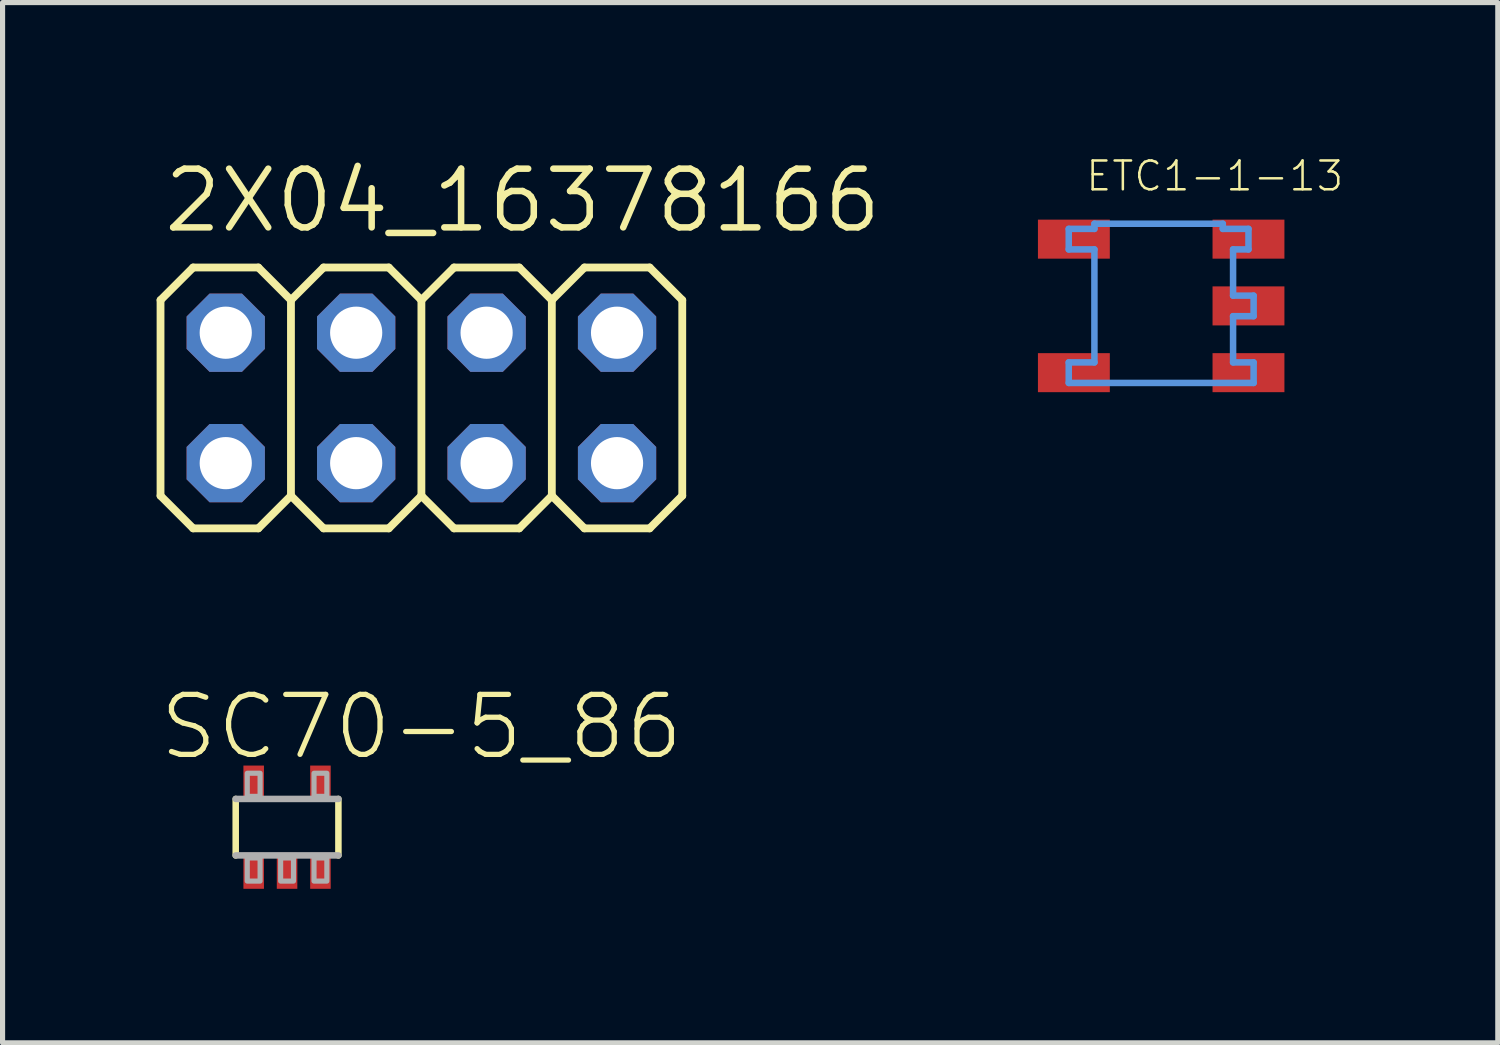
<source format=kicad_pcb>
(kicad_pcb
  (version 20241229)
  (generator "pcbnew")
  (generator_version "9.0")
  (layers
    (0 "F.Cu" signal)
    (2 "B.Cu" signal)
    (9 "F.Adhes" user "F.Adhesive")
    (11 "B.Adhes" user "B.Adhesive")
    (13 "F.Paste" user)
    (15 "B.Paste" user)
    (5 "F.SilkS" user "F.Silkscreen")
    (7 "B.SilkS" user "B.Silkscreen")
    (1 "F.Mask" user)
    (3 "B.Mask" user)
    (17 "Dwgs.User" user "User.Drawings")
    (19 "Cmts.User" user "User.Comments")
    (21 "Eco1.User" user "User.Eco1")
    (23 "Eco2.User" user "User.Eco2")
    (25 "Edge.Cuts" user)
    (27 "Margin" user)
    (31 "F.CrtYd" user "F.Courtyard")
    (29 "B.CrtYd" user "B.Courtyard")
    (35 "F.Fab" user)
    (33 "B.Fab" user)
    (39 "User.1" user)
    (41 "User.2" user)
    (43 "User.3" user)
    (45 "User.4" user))
  (footprint "2X04_16378166"
    (layer "F.Cu")
    (at 5.156 4.699)
    (property "Reference" "2X04_16378166" (at -5.08 -3.175 0) (unlocked yes) (layer "F.SilkS") (effects (font (size 1.143 1.143) (thickness 0.127)) (justify left bottom)))
    (fp_line (start -5.08 -1.905) (end -4.445 -2.54) (stroke (width 0.152) (type solid)) (layer "F.SilkS"))
    (fp_line (start -5.08 1.905) (end -5.08 -1.905) (stroke (width 0.152) (type solid)) (layer "F.SilkS"))
    (fp_line (start -5.08 1.905) (end -4.445 2.54) (stroke (width 0.152) (type solid)) (layer "F.SilkS"))
    (fp_line (start -4.445 -2.54) (end -3.175 -2.54) (stroke (width 0.152) (type solid)) (layer "F.SilkS"))
    (fp_line (start -4.445 2.54) (end -3.175 2.54) (stroke (width 0.152) (type solid)) (layer "F.SilkS"))
    (fp_line (start -3.175 -2.54) (end -2.54 -1.905) (stroke (width 0.152) (type solid)) (layer "F.SilkS"))
    (fp_line (start -3.175 2.54) (end -2.54 1.905) (stroke (width 0.152) (type solid)) (layer "F.SilkS"))
    (fp_line (start -2.54 -1.905) (end -2.54 1.905) (stroke (width 0.152) (type solid)) (layer "F.SilkS"))
    (fp_line (start -2.54 -1.905) (end -1.905 -2.54) (stroke (width 0.152) (type solid)) (layer "F.SilkS"))
    (fp_line (start -2.54 1.905) (end -1.905 2.54) (stroke (width 0.152) (type solid)) (layer "F.SilkS"))
    (fp_line (start -1.905 -2.54) (end -0.635 -2.54) (stroke (width 0.152) (type solid)) (layer "F.SilkS"))
    (fp_line (start -1.905 2.54) (end -0.635 2.54) (stroke (width 0.152) (type solid)) (layer "F.SilkS"))
    (fp_line (start -0.635 -2.54) (end 0 -1.905) (stroke (width 0.152) (type solid)) (layer "F.SilkS"))
    (fp_line (start -0.635 2.54) (end 0 1.905) (stroke (width 0.152) (type solid)) (layer "F.SilkS"))
    (fp_line (start 0 -1.905) (end 0 1.905) (stroke (width 0.152) (type solid)) (layer "F.SilkS"))
    (fp_line (start 0 -1.905) (end 0.635 -2.54) (stroke (width 0.152) (type solid)) (layer "F.SilkS"))
    (fp_line (start 0 1.905) (end 0.635 2.54) (stroke (width 0.152) (type solid)) (layer "F.SilkS"))
    (fp_line (start 0.635 -2.54) (end 1.905 -2.54) (stroke (width 0.152) (type solid)) (layer "F.SilkS"))
    (fp_line (start 0.635 2.54) (end 1.905 2.54) (stroke (width 0.152) (type solid)) (layer "F.SilkS"))
    (fp_line (start 1.905 -2.54) (end 2.54 -1.905) (stroke (width 0.152) (type solid)) (layer "F.SilkS"))
    (fp_line (start 1.905 2.54) (end 2.54 1.905) (stroke (width 0.152) (type solid)) (layer "F.SilkS"))
    (fp_line (start 2.54 -1.905) (end 2.54 1.905) (stroke (width 0.152) (type solid)) (layer "F.SilkS"))
    (fp_line (start 2.54 -1.905) (end 3.175 -2.54) (stroke (width 0.152) (type solid)) (layer "F.SilkS"))
    (fp_line (start 2.54 1.905) (end 3.175 2.54) (stroke (width 0.152) (type solid)) (layer "F.SilkS"))
    (fp_line (start 3.175 -2.54) (end 4.445 -2.54) (stroke (width 0.152) (type solid)) (layer "F.SilkS"))
    (fp_line (start 3.175 2.54) (end 4.445 2.54) (stroke (width 0.152) (type solid)) (layer "F.SilkS"))
    (fp_line (start 4.445 -2.54) (end 5.08 -1.905) (stroke (width 0.152) (type solid)) (layer "F.SilkS"))
    (fp_line (start 4.445 2.54) (end 5.08 1.905) (stroke (width 0.152) (type solid)) (layer "F.SilkS"))
    (fp_line (start 5.08 -1.905) (end 5.08 1.905) (stroke (width 0.152) (type solid)) (layer "F.SilkS"))
    (fp_poly (pts (xy -4.064 -1.016) (xy -3.556 -1.016) (xy -3.556 -1.524) (xy -4.064 -1.524)) (stroke (width 0.1) (type default)) (fill no) (layer "F.Fab"))
    (fp_poly (pts (xy -4.064 1.524) (xy -3.556 1.524) (xy -3.556 1.016) (xy -4.064 1.016)) (stroke (width 0.1) (type default)) (fill no) (layer "F.Fab"))
    (fp_poly (pts (xy -1.524 -1.016) (xy -1.016 -1.016) (xy -1.016 -1.524) (xy -1.524 -1.524)) (stroke (width 0.1) (type default)) (fill no) (layer "F.Fab"))
    (fp_poly (pts (xy -1.524 1.524) (xy -1.016 1.524) (xy -1.016 1.016) (xy -1.524 1.016)) (stroke (width 0.1) (type default)) (fill no) (layer "F.Fab"))
    (fp_poly (pts (xy 1.016 -1.016) (xy 1.524 -1.016) (xy 1.524 -1.524) (xy 1.016 -1.524)) (stroke (width 0.1) (type default)) (fill no) (layer "F.Fab"))
    (fp_poly (pts (xy 1.016 1.524) (xy 1.524 1.524) (xy 1.524 1.016) (xy 1.016 1.016)) (stroke (width 0.1) (type default)) (fill no) (layer "F.Fab"))
    (fp_poly (pts (xy 3.556 -1.016) (xy 4.064 -1.016) (xy 4.064 -1.524) (xy 3.556 -1.524)) (stroke (width 0.1) (type default)) (fill no) (layer "F.Fab"))
    (fp_poly (pts (xy 3.556 1.524) (xy 4.064 1.524) (xy 4.064 1.016) (xy 3.556 1.016)) (stroke (width 0.1) (type default)) (fill no) (layer "F.Fab"))
    (pad "1" thru_hole roundrect (at -3.81 1.27) (size 1.524 1.524) (drill 1.016) (layers "*.Cu" "*.Mask") (roundrect_rratio 0.25) (chamfer_ratio 0.293) (chamfer top_left top_right bottom_left bottom_right))
    (pad "2" thru_hole roundrect (at -3.81 -1.27) (size 1.524 1.524) (drill 1.016) (layers "*.Cu" "*.Mask") (roundrect_rratio 0.25) (chamfer_ratio 0.293) (chamfer top_left top_right bottom_left bottom_right))
    (pad "3" thru_hole roundrect (at -1.27 1.27) (size 1.524 1.524) (drill 1.016) (layers "*.Cu" "*.Mask") (roundrect_rratio 0.25) (chamfer_ratio 0.293) (chamfer top_left top_right bottom_left bottom_right))
    (pad "4" thru_hole roundrect (at -1.27 -1.27) (size 1.524 1.524) (drill 1.016) (layers "*.Cu" "*.Mask") (roundrect_rratio 0.25) (chamfer_ratio 0.293) (chamfer top_left top_right bottom_left bottom_right))
    (pad "5" thru_hole roundrect (at 1.27 1.27) (size 1.524 1.524) (drill 1.016) (layers "*.Cu" "*.Mask") (roundrect_rratio 0.25) (chamfer_ratio 0.293) (chamfer top_left top_right bottom_left bottom_right))
    (pad "6" thru_hole roundrect (at 1.27 -1.27) (size 1.524 1.524) (drill 1.016) (layers "*.Cu" "*.Mask") (roundrect_rratio 0.25) (chamfer_ratio 0.293) (chamfer top_left top_right bottom_left bottom_right))
    (pad "7" thru_hole roundrect (at 3.81 1.27) (size 1.524 1.524) (drill 1.016) (layers "*.Cu" "*.Mask") (roundrect_rratio 0.25) (chamfer_ratio 0.293) (chamfer top_left top_right bottom_left bottom_right))
    (pad "8" thru_hole roundrect (at 3.81 -1.27) (size 1.524 1.524) (drill 1.016) (layers "*.Cu" "*.Mask") (roundrect_rratio 0.25) (chamfer_ratio 0.293) (chamfer top_left top_right bottom_left bottom_right)))
  (footprint "SC70-5_86"
    (layer "F.Cu")
    (at 2.54 13.058)
    (property "Reference" "SC70-5_86" (at -2.54 -1.27 0) (unlocked yes) (layer "F.SilkS") (effects (font (size 1.168 1.168) (thickness 0.102)) (justify left bottom)))
    (fp_line (start -1 -0.55) (end -1 0.55) (stroke (width 0.127) (type solid)) (layer "F.SilkS"))
    (fp_line (start 1 0.55) (end 1 -0.55) (stroke (width 0.127) (type solid)) (layer "F.SilkS"))
    (fp_line (start -1 0.55) (end 1 0.55) (stroke (width 0.127) (type solid)) (layer "F.Fab"))
    (fp_line (start 1 -0.55) (end -1 -0.55) (stroke (width 0.127) (type solid)) (layer "F.Fab"))
    (fp_poly (pts (xy -0.775 -0.6) (xy -0.525 -0.6) (xy -0.525 -1.05) (xy -0.775 -1.05)) (stroke (width 0.1) (type default)) (fill no) (layer "F.Fab"))
    (fp_poly (pts (xy -0.775 1.05) (xy -0.525 1.05) (xy -0.525 0.6) (xy -0.775 0.6)) (stroke (width 0.1) (type default)) (fill no) (layer "F.Fab"))
    (fp_poly (pts (xy -0.125 1.05) (xy 0.125 1.05) (xy 0.125 0.6) (xy -0.125 0.6)) (stroke (width 0.1) (type default)) (fill no) (layer "F.Fab"))
    (fp_poly (pts (xy 0.525 -0.6) (xy 0.775 -0.6) (xy 0.775 -1.05) (xy 0.525 -1.05)) (stroke (width 0.1) (type default)) (fill no) (layer "F.Fab"))
    (fp_poly (pts (xy 0.525 1.05) (xy 0.775 1.05) (xy 0.775 0.6) (xy 0.525 0.6)) (stroke (width 0.1) (type default)) (fill no) (layer "F.Fab"))
    (pad "1" smd rect (at -0.65 0.85) (size 0.4 0.7) (layers "F.Cu" "F.Mask" "F.Paste"))
    (pad "2" smd rect (at 0 0.85) (size 0.4 0.7) (layers "F.Cu" "F.Mask" "F.Paste"))
    (pad "3" smd rect (at 0.65 0.85) (size 0.4 0.7) (layers "F.Cu" "F.Mask" "F.Paste"))
    (pad "4" smd rect (at 0.65 -0.85) (size 0.4 0.7) (layers "F.Cu" "F.Mask" "F.Paste"))
    (pad "5" smd rect (at -0.65 -0.85) (size 0.4 0.7) (layers "F.Cu" "F.Mask" "F.Paste")))
  (footprint "ETC1-1-13"
    (layer "F.Cu")
    (at 19.562 2.907)
    (property "Reference" "ETC1-1-13" (at -1.5 -2.2 0) (unlocked yes) (layer "F.SilkS") (effects (font (size 0.561 0.561) (thickness 0.049)) (justify left bottom)))
    (fp_line (start -1.8 -1.5) (end -1.8 -1.1) (stroke (width 0.127) (type solid)) (layer "Cmts.User"))
    (fp_line (start -1.8 -1.1) (end -1.3 -1.1) (stroke (width 0.127) (type solid)) (layer "Cmts.User"))
    (fp_line (start -1.8 1.1) (end -1.8 1.5) (stroke (width 0.127) (type solid)) (layer "Cmts.User"))
    (fp_line (start -1.8 1.5) (end 1.8 1.5) (stroke (width 0.127) (type solid)) (layer "Cmts.User"))
    (fp_line (start -1.3 -1.6) (end -1.3 -1.5) (stroke (width 0.127) (type solid)) (layer "Cmts.User"))
    (fp_line (start -1.3 -1.5) (end -1.8 -1.5) (stroke (width 0.127) (type solid)) (layer "Cmts.User"))
    (fp_line (start -1.3 -1.1) (end -1.3 1.1) (stroke (width 0.127) (type solid)) (layer "Cmts.User"))
    (fp_line (start -1.3 1.1) (end -1.8 1.1) (stroke (width 0.127) (type solid)) (layer "Cmts.User"))
    (fp_line (start 1.2 -1.6) (end -1.3 -1.6) (stroke (width 0.127) (type solid)) (layer "Cmts.User"))
    (fp_line (start 1.2 -1.5) (end 1.2 -1.6) (stroke (width 0.127) (type solid)) (layer "Cmts.User"))
    (fp_line (start 1.4 -1.1) (end 1.7 -1.1) (stroke (width 0.127) (type solid)) (layer "Cmts.User"))
    (fp_line (start 1.4 -0.2) (end 1.4 -1.1) (stroke (width 0.127) (type solid)) (layer "Cmts.User"))
    (fp_line (start 1.4 0.2) (end 1.8 0.2) (stroke (width 0.127) (type solid)) (layer "Cmts.User"))
    (fp_line (start 1.4 1.1) (end 1.4 0.2) (stroke (width 0.127) (type solid)) (layer "Cmts.User"))
    (fp_line (start 1.7 -1.5) (end 1.2 -1.5) (stroke (width 0.127) (type solid)) (layer "Cmts.User"))
    (fp_line (start 1.7 -1.1) (end 1.7 -1.5) (stroke (width 0.127) (type solid)) (layer "Cmts.User"))
    (fp_line (start 1.8 -0.2) (end 1.4 -0.2) (stroke (width 0.127) (type solid)) (layer "Cmts.User"))
    (fp_line (start 1.8 0.2) (end 1.8 -0.2) (stroke (width 0.127) (type solid)) (layer "Cmts.User"))
    (fp_line (start 1.8 1.1) (end 1.4 1.1) (stroke (width 0.127) (type solid)) (layer "Cmts.User"))
    (fp_line (start 1.8 1.5) (end 1.8 1.1) (stroke (width 0.127) (type solid)) (layer "Cmts.User"))
    (pad "P$1" smd rect (at 1.7 -1.3) (size 1.4 0.76) (layers "F.Cu" "F.Mask" "F.Paste"))
    (pad "P$2" smd rect (at 1.7 0) (size 1.4 0.76) (layers "F.Cu" "F.Mask" "F.Paste"))
    (pad "P$3" smd rect (at 1.7 1.3) (size 1.4 0.76) (layers "F.Cu" "F.Mask" "F.Paste"))
    (pad "P$4" smd rect (at -1.7 1.3) (size 1.4 0.76) (layers "F.Cu" "F.Mask" "F.Paste"))
    (pad "P$5" smd rect (at -1.7 -1.3) (size 1.4 0.76) (layers "F.Cu" "F.Mask" "F.Paste")))
  (gr_rect
    (start -3 -3)
    (end 26.117 17.258)
    (stroke (width 0.1) (type default))
    (fill no)
    (layer "Edge.Cuts")))
</source>
